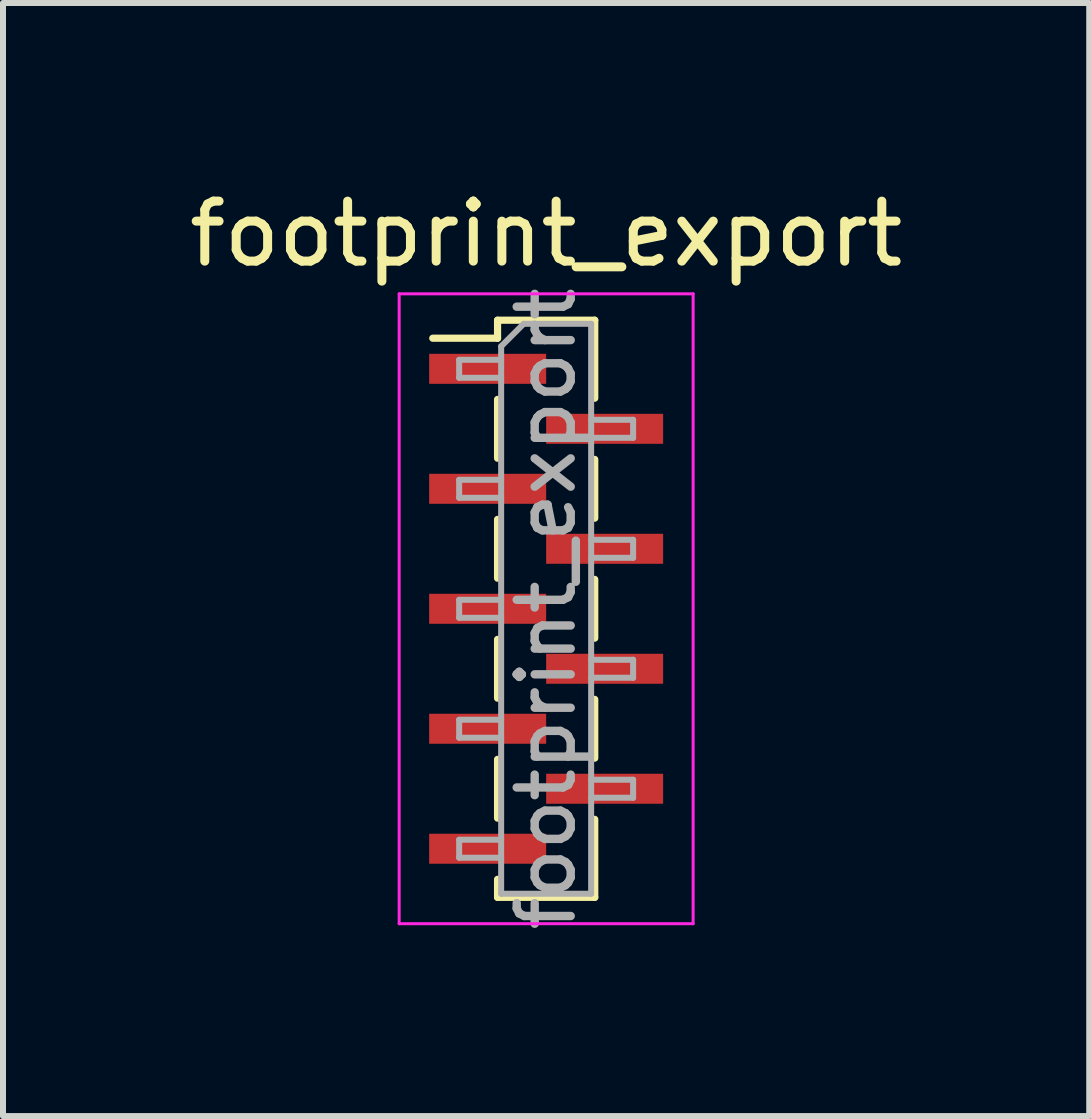
<source format=kicad_pcb>
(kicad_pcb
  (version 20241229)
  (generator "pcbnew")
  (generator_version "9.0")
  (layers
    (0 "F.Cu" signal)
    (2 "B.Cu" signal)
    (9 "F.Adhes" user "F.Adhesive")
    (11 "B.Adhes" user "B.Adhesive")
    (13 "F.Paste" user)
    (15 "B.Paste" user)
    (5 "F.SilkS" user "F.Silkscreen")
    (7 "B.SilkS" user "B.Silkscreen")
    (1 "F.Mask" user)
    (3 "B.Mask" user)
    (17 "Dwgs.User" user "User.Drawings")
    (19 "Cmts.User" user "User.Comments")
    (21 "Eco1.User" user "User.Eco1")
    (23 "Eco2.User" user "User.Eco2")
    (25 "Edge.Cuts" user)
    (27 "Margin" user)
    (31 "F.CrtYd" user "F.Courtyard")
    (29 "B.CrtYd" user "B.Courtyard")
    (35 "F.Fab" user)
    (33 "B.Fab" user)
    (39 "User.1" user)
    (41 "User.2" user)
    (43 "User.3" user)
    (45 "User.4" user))
  (footprint "footprint_export"
    (layer "F.Cu")
    (at 6.054 7.098)
    (property "Reference" "footprint_export" (at 0 -6.25 0) (layer "F.SilkS") (effects (font (size 1 1) (thickness 0.15))))
    (attr smd)
    (fp_line (start -1.89 -4.51) (end -0.81 -4.51) (stroke (width 0.12) (type solid)) (layer "F.SilkS"))
    (fp_line (start -0.81 -4.81) (end -0.81 -4.51) (stroke (width 0.12) (type solid)) (layer "F.SilkS"))
    (fp_line (start -0.81 -4.81) (end 0.81 -4.81) (stroke (width 0.12) (type solid)) (layer "F.SilkS"))
    (fp_line (start -0.81 -3.49) (end -0.81 -2.51) (stroke (width 0.12) (type solid)) (layer "F.SilkS"))
    (fp_line (start -0.81 -1.49) (end -0.81 -0.51) (stroke (width 0.12) (type solid)) (layer "F.SilkS"))
    (fp_line (start -0.81 0.51) (end -0.81 1.49) (stroke (width 0.12) (type solid)) (layer "F.SilkS"))
    (fp_line (start -0.81 2.51) (end -0.81 3.49) (stroke (width 0.12) (type solid)) (layer "F.SilkS"))
    (fp_line (start -0.81 4.51) (end -0.81 4.81) (stroke (width 0.12) (type solid)) (layer "F.SilkS"))
    (fp_line (start -0.81 4.81) (end 0.81 4.81) (stroke (width 0.12) (type solid)) (layer "F.SilkS"))
    (fp_line (start 0.81 -4.81) (end 0.81 -3.51) (stroke (width 0.12) (type solid)) (layer "F.SilkS"))
    (fp_line (start 0.81 -2.49) (end 0.81 -1.51) (stroke (width 0.12) (type solid)) (layer "F.SilkS"))
    (fp_line (start 0.81 -0.49) (end 0.81 0.49) (stroke (width 0.12) (type solid)) (layer "F.SilkS"))
    (fp_line (start 0.81 1.51) (end 0.81 2.49) (stroke (width 0.12) (type solid)) (layer "F.SilkS"))
    (fp_line (start 0.81 3.51) (end 0.81 4.81) (stroke (width 0.12) (type solid)) (layer "F.SilkS"))
    (fp_line (start -2.45 -5.25) (end 2.45 -5.25) (stroke (width 0.05) (type solid)) (layer "F.CrtYd"))
    (fp_line (start -2.45 5.25) (end -2.45 -5.25) (stroke (width 0.05) (type solid)) (layer "F.CrtYd"))
    (fp_line (start 2.45 -5.25) (end 2.45 5.25) (stroke (width 0.05) (type solid)) (layer "F.CrtYd"))
    (fp_line (start 2.45 5.25) (end -2.45 5.25) (stroke (width 0.05) (type solid)) (layer "F.CrtYd"))
    (fp_line (start -1.45 -4.15) (end -0.75 -4.15) (stroke (width 0.1) (type solid)) (layer "F.Fab"))
    (fp_line (start -1.45 -3.85) (end -1.45 -4.15) (stroke (width 0.1) (type solid)) (layer "F.Fab"))
    (fp_line (start -1.45 -2.15) (end -0.75 -2.15) (stroke (width 0.1) (type solid)) (layer "F.Fab"))
    (fp_line (start -1.45 -1.85) (end -1.45 -2.15) (stroke (width 0.1) (type solid)) (layer "F.Fab"))
    (fp_line (start -1.45 -0.15) (end -0.75 -0.15) (stroke (width 0.1) (type solid)) (layer "F.Fab"))
    (fp_line (start -1.45 0.15) (end -1.45 -0.15) (stroke (width 0.1) (type solid)) (layer "F.Fab"))
    (fp_line (start -1.45 1.85) (end -0.75 1.85) (stroke (width 0.1) (type solid)) (layer "F.Fab"))
    (fp_line (start -1.45 2.15) (end -1.45 1.85) (stroke (width 0.1) (type solid)) (layer "F.Fab"))
    (fp_line (start -1.45 3.85) (end -0.75 3.85) (stroke (width 0.1) (type solid)) (layer "F.Fab"))
    (fp_line (start -1.45 4.15) (end -1.45 3.85) (stroke (width 0.1) (type solid)) (layer "F.Fab"))
    (fp_line (start -0.75 -4.375) (end -0.375 -4.75) (stroke (width 0.1) (type solid)) (layer "F.Fab"))
    (fp_line (start -0.75 -3.85) (end -1.45 -3.85) (stroke (width 0.1) (type solid)) (layer "F.Fab"))
    (fp_line (start -0.75 -1.85) (end -1.45 -1.85) (stroke (width 0.1) (type solid)) (layer "F.Fab"))
    (fp_line (start -0.75 0.15) (end -1.45 0.15) (stroke (width 0.1) (type solid)) (layer "F.Fab"))
    (fp_line (start -0.75 2.15) (end -1.45 2.15) (stroke (width 0.1) (type solid)) (layer "F.Fab"))
    (fp_line (start -0.75 4.15) (end -1.45 4.15) (stroke (width 0.1) (type solid)) (layer "F.Fab"))
    (fp_line (start -0.75 4.75) (end -0.75 -4.375) (stroke (width 0.1) (type solid)) (layer "F.Fab"))
    (fp_line (start -0.375 -4.75) (end 0.75 -4.75) (stroke (width 0.1) (type solid)) (layer "F.Fab"))
    (fp_line (start 0.75 -4.75) (end 0.75 4.75) (stroke (width 0.1) (type solid)) (layer "F.Fab"))
    (fp_line (start 0.75 -3.15) (end 1.45 -3.15) (stroke (width 0.1) (type solid)) (layer "F.Fab"))
    (fp_line (start 0.75 -1.15) (end 1.45 -1.15) (stroke (width 0.1) (type solid)) (layer "F.Fab"))
    (fp_line (start 0.75 0.85) (end 1.45 0.85) (stroke (width 0.1) (type solid)) (layer "F.Fab"))
    (fp_line (start 0.75 2.85) (end 1.45 2.85) (stroke (width 0.1) (type solid)) (layer "F.Fab"))
    (fp_line (start 0.75 4.75) (end -0.75 4.75) (stroke (width 0.1) (type solid)) (layer "F.Fab"))
    (fp_line (start 1.45 -3.15) (end 1.45 -2.85) (stroke (width 0.1) (type solid)) (layer "F.Fab"))
    (fp_line (start 1.45 -2.85) (end 0.75 -2.85) (stroke (width 0.1) (type solid)) (layer "F.Fab"))
    (fp_line (start 1.45 -1.15) (end 1.45 -0.85) (stroke (width 0.1) (type solid)) (layer "F.Fab"))
    (fp_line (start 1.45 -0.85) (end 0.75 -0.85) (stroke (width 0.1) (type solid)) (layer "F.Fab"))
    (fp_line (start 1.45 0.85) (end 1.45 1.15) (stroke (width 0.1) (type solid)) (layer "F.Fab"))
    (fp_line (start 1.45 1.15) (end 0.75 1.15) (stroke (width 0.1) (type solid)) (layer "F.Fab"))
    (fp_line (start 1.45 2.85) (end 1.45 3.15) (stroke (width 0.1) (type solid)) (layer "F.Fab"))
    (fp_line (start 1.45 3.15) (end 0.75 3.15) (stroke (width 0.1) (type solid)) (layer "F.Fab"))
    (fp_text user "${REFERENCE}" (at 0 0 90) (layer "F.Fab") (effects (font (size 0.9 0.9) (thickness 0.14))))
    (pad "1" smd rect (at -0.975 -4) (size 1.95 0.5) (layers "F.Cu" "F.Mask" "F.Paste"))
    (pad "2" smd rect (at 0.975 -3) (size 1.95 0.5) (layers "F.Cu" "F.Mask" "F.Paste"))
    (pad "3" smd rect (at -0.975 -2) (size 1.95 0.5) (layers "F.Cu" "F.Mask" "F.Paste"))
    (pad "4" smd rect (at 0.975 -1) (size 1.95 0.5) (layers "F.Cu" "F.Mask" "F.Paste"))
    (pad "5" smd rect (at -0.975 0) (size 1.95 0.5) (layers "F.Cu" "F.Mask" "F.Paste"))
    (pad "6" smd rect (at 0.975 1) (size 1.95 0.5) (layers "F.Cu" "F.Mask" "F.Paste"))
    (pad "7" smd rect (at -0.975 2) (size 1.95 0.5) (layers "F.Cu" "F.Mask" "F.Paste"))
    (pad "8" smd rect (at 0.975 3) (size 1.95 0.5) (layers "F.Cu" "F.Mask" "F.Paste"))
    (pad "9" smd rect (at -0.975 4) (size 1.95 0.5) (layers "F.Cu" "F.Mask" "F.Paste")))
  (gr_rect
    (start -3 -3)
    (end 15.107 15.554)
    (stroke (width 0.1) (type default))
    (fill no)
    (layer "Edge.Cuts")))
</source>
